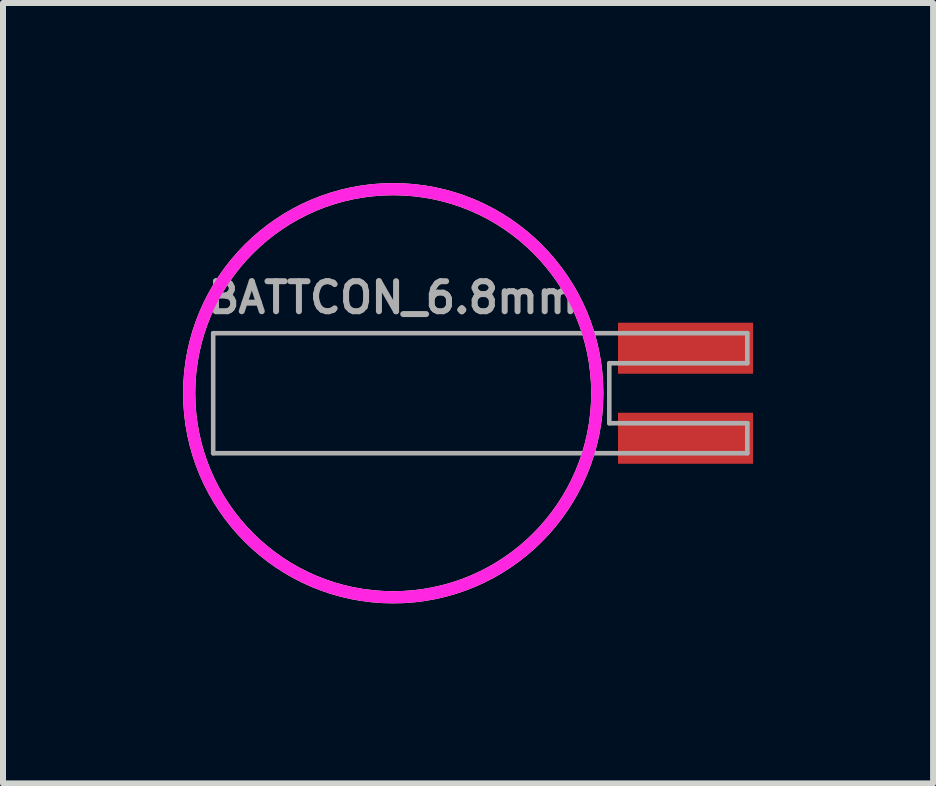
<source format=kicad_pcb>
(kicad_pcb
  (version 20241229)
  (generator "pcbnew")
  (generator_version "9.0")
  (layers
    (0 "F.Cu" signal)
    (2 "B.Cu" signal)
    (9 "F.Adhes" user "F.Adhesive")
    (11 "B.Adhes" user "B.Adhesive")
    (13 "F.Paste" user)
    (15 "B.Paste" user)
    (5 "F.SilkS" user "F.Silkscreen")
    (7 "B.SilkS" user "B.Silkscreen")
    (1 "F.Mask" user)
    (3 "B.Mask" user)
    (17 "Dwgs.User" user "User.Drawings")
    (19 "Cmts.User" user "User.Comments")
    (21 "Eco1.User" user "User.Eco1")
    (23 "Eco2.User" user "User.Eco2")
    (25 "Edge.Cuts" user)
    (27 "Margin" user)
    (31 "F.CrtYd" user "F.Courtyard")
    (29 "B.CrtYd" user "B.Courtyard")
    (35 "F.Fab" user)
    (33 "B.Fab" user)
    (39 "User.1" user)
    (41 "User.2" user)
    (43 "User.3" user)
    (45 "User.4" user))
  (footprint "BATTCON_6.8mm"
    (layer "F.Cu")
    (at 3.502 3.502)
    (property "Reference" "BATTCON_6.8mm" (at 0 -1.3 0) (layer "F.Fab") (effects (font (size 0.5 0.5) (thickness 0.1) (bold yes)) (justify bottom)))
    (attr smd)
    (fp_circle (center 0 0) (end 3.4 0) (stroke (width 0.203) (type solid)) (fill no) (layer "F.SilkS"))
    (fp_circle (center 0 0) (end 3.4 0) (stroke (width 0.203) (type solid)) (fill no) (layer "F.CrtYd"))
    (fp_line (start -3 -1) (end -3 1) (stroke (width 0.076) (type solid)) (layer "F.Fab"))
    (fp_line (start -3 1) (end 5.9 1) (stroke (width 0.076) (type solid)) (layer "F.Fab"))
    (fp_line (start 3.6 0.5) (end 3.6 -0.5) (stroke (width 0.076) (type solid)) (layer "F.Fab"))
    (fp_line (start 3.6 0.5) (end 5.9 0.5) (stroke (width 0.076) (type solid)) (layer "F.Fab"))
    (fp_line (start 5.9 -1) (end -3 -1) (stroke (width 0.076) (type solid)) (layer "F.Fab"))
    (fp_line (start 5.9 -1) (end 5.9 -0.5) (stroke (width 0.076) (type solid)) (layer "F.Fab"))
    (fp_line (start 5.9 -0.5) (end 3.6 -0.5) (stroke (width 0.076) (type solid)) (layer "F.Fab"))
    (fp_line (start 5.9 0.5) (end 5.9 1) (stroke (width 0.076) (type solid)) (layer "F.Fab"))
    (pad "+" smd rect (at 4.87 -0.75 180) (size 2.25 0.85) (layers "F.Cu" "F.Mask" "F.Paste"))
    (pad "-" smd rect (at 4.87 0.75 180) (size 2.25 0.85) (layers "F.Cu" "F.Mask" "F.Paste")))
  (gr_rect
    (start -3 -3)
    (end 12.497 10.003)
    (stroke (width 0.1) (type default))
    (fill no)
    (layer "Edge.Cuts")))
</source>
